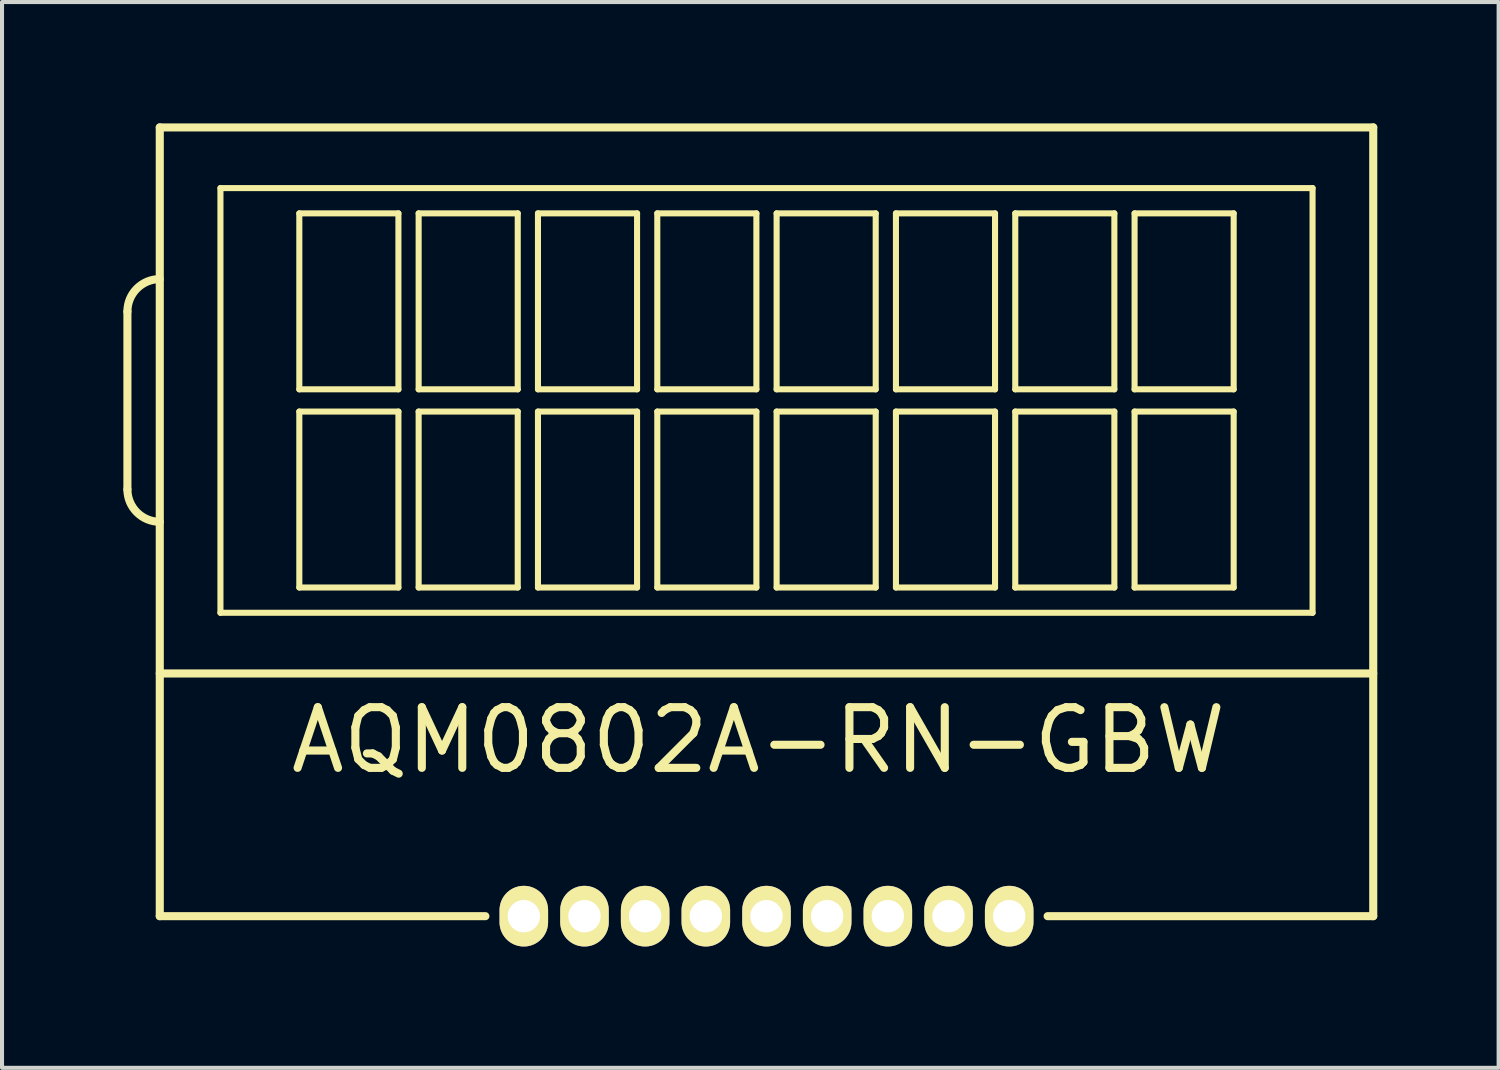
<source format=kicad_pcb>
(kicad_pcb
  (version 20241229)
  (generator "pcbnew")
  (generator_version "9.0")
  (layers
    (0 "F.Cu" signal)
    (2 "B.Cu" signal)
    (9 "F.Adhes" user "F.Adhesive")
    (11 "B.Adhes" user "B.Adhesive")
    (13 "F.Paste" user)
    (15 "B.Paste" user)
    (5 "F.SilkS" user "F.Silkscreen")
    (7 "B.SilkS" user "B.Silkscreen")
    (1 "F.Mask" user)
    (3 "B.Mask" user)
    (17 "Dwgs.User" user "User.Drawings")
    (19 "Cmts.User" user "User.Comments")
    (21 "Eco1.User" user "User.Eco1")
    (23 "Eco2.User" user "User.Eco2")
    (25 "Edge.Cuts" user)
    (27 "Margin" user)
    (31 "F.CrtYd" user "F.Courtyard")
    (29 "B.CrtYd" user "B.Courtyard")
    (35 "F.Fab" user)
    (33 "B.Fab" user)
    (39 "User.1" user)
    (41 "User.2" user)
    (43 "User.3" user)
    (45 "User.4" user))
  (footprint "AQM0802A-RN-GBW"
    (layer "F.Cu")
    (at 0.9 19.6)
    (property "Reference" "AQM0802A-RN-GBW" (at 14.8 -4.35 0) (layer "F.SilkS") (effects (font (size 1.5 1.5) (thickness 0.2))))
    (attr through_hole)
    (fp_line (start -0.8 -10.55) (end -0.8 -14.95) (stroke (width 0.2) (type solid)) (layer "F.SilkS"))
    (fp_line (start 0 -19.5) (end 30 -19.5) (stroke (width 0.2) (type solid)) (layer "F.SilkS"))
    (fp_line (start 0 -6) (end 30 -6) (stroke (width 0.2) (type solid)) (layer "F.SilkS"))
    (fp_line (start 0 0) (end 0 -19.5) (stroke (width 0.2) (type solid)) (layer "F.SilkS"))
    (fp_line (start 0 0) (end 8.05 0) (stroke (width 0.2) (type solid)) (layer "F.SilkS"))
    (fp_line (start 1.5 -18) (end 28.5 -18) (stroke (width 0.15) (type solid)) (layer "F.SilkS"))
    (fp_line (start 1.5 -7.5) (end 1.5 -18) (stroke (width 0.15) (type solid)) (layer "F.SilkS"))
    (fp_line (start 3.45 -17.375) (end 3.45 -13.025) (stroke (width 0.15) (type solid)) (layer "F.SilkS"))
    (fp_line (start 3.45 -17.375) (end 5.9 -17.375) (stroke (width 0.15) (type solid)) (layer "F.SilkS"))
    (fp_line (start 3.45 -13.025) (end 5.9 -13.025) (stroke (width 0.15) (type solid)) (layer "F.SilkS"))
    (fp_line (start 3.45 -12.475) (end 3.45 -8.125) (stroke (width 0.15) (type solid)) (layer "F.SilkS"))
    (fp_line (start 3.45 -12.475) (end 5.9 -12.475) (stroke (width 0.15) (type solid)) (layer "F.SilkS"))
    (fp_line (start 3.45 -8.125) (end 5.9 -8.125) (stroke (width 0.15) (type solid)) (layer "F.SilkS"))
    (fp_line (start 5.9 -17.375) (end 5.9 -13.025) (stroke (width 0.15) (type solid)) (layer "F.SilkS"))
    (fp_line (start 5.9 -12.475) (end 5.9 -8.125) (stroke (width 0.15) (type solid)) (layer "F.SilkS"))
    (fp_line (start 6.4 -17.375) (end 6.4 -13.025) (stroke (width 0.15) (type solid)) (layer "F.SilkS"))
    (fp_line (start 6.4 -17.375) (end 8.85 -17.375) (stroke (width 0.15) (type solid)) (layer "F.SilkS"))
    (fp_line (start 6.4 -13.025) (end 8.85 -13.025) (stroke (width 0.15) (type solid)) (layer "F.SilkS"))
    (fp_line (start 6.4 -12.475) (end 6.4 -8.125) (stroke (width 0.15) (type solid)) (layer "F.SilkS"))
    (fp_line (start 6.4 -12.475) (end 8.85 -12.475) (stroke (width 0.15) (type solid)) (layer "F.SilkS"))
    (fp_line (start 6.4 -8.125) (end 8.85 -8.125) (stroke (width 0.15) (type solid)) (layer "F.SilkS"))
    (fp_line (start 8.85 -17.375) (end 8.85 -13.025) (stroke (width 0.15) (type solid)) (layer "F.SilkS"))
    (fp_line (start 8.85 -12.475) (end 8.85 -8.125) (stroke (width 0.15) (type solid)) (layer "F.SilkS"))
    (fp_line (start 9.35 -17.375) (end 9.35 -13.025) (stroke (width 0.15) (type solid)) (layer "F.SilkS"))
    (fp_line (start 9.35 -17.375) (end 11.8 -17.375) (stroke (width 0.15) (type solid)) (layer "F.SilkS"))
    (fp_line (start 9.35 -13.025) (end 11.8 -13.025) (stroke (width 0.15) (type solid)) (layer "F.SilkS"))
    (fp_line (start 9.35 -12.475) (end 9.35 -8.125) (stroke (width 0.15) (type solid)) (layer "F.SilkS"))
    (fp_line (start 9.35 -12.475) (end 11.8 -12.475) (stroke (width 0.15) (type solid)) (layer "F.SilkS"))
    (fp_line (start 9.35 -8.125) (end 11.8 -8.125) (stroke (width 0.15) (type solid)) (layer "F.SilkS"))
    (fp_line (start 11.8 -17.375) (end 11.8 -13.025) (stroke (width 0.15) (type solid)) (layer "F.SilkS"))
    (fp_line (start 11.8 -12.475) (end 11.8 -8.125) (stroke (width 0.15) (type solid)) (layer "F.SilkS"))
    (fp_line (start 12.3 -17.375) (end 12.3 -13.025) (stroke (width 0.15) (type solid)) (layer "F.SilkS"))
    (fp_line (start 12.3 -17.375) (end 14.75 -17.375) (stroke (width 0.15) (type solid)) (layer "F.SilkS"))
    (fp_line (start 12.3 -13.025) (end 14.75 -13.025) (stroke (width 0.15) (type solid)) (layer "F.SilkS"))
    (fp_line (start 12.3 -12.475) (end 12.3 -8.125) (stroke (width 0.15) (type solid)) (layer "F.SilkS"))
    (fp_line (start 12.3 -12.475) (end 14.75 -12.475) (stroke (width 0.15) (type solid)) (layer "F.SilkS"))
    (fp_line (start 12.3 -8.125) (end 14.75 -8.125) (stroke (width 0.15) (type solid)) (layer "F.SilkS"))
    (fp_line (start 14.75 -17.375) (end 14.75 -13.025) (stroke (width 0.15) (type solid)) (layer "F.SilkS"))
    (fp_line (start 14.75 -12.475) (end 14.75 -8.125) (stroke (width 0.15) (type solid)) (layer "F.SilkS"))
    (fp_line (start 15.25 -17.375) (end 15.25 -13.025) (stroke (width 0.15) (type solid)) (layer "F.SilkS"))
    (fp_line (start 15.25 -17.375) (end 17.7 -17.375) (stroke (width 0.15) (type solid)) (layer "F.SilkS"))
    (fp_line (start 15.25 -13.025) (end 17.7 -13.025) (stroke (width 0.15) (type solid)) (layer "F.SilkS"))
    (fp_line (start 15.25 -12.475) (end 15.25 -8.125) (stroke (width 0.15) (type solid)) (layer "F.SilkS"))
    (fp_line (start 15.25 -12.475) (end 17.7 -12.475) (stroke (width 0.15) (type solid)) (layer "F.SilkS"))
    (fp_line (start 15.25 -8.125) (end 17.7 -8.125) (stroke (width 0.15) (type solid)) (layer "F.SilkS"))
    (fp_line (start 17.7 -17.375) (end 17.7 -13.025) (stroke (width 0.15) (type solid)) (layer "F.SilkS"))
    (fp_line (start 17.7 -12.475) (end 17.7 -8.125) (stroke (width 0.15) (type solid)) (layer "F.SilkS"))
    (fp_line (start 18.2 -17.375) (end 18.2 -13.025) (stroke (width 0.15) (type solid)) (layer "F.SilkS"))
    (fp_line (start 18.2 -17.375) (end 20.65 -17.375) (stroke (width 0.15) (type solid)) (layer "F.SilkS"))
    (fp_line (start 18.2 -13.025) (end 20.65 -13.025) (stroke (width 0.15) (type solid)) (layer "F.SilkS"))
    (fp_line (start 18.2 -12.475) (end 18.2 -8.125) (stroke (width 0.15) (type solid)) (layer "F.SilkS"))
    (fp_line (start 18.2 -12.475) (end 20.65 -12.475) (stroke (width 0.15) (type solid)) (layer "F.SilkS"))
    (fp_line (start 18.2 -8.125) (end 20.65 -8.125) (stroke (width 0.15) (type solid)) (layer "F.SilkS"))
    (fp_line (start 20.65 -17.375) (end 20.65 -13.025) (stroke (width 0.15) (type solid)) (layer "F.SilkS"))
    (fp_line (start 20.65 -12.475) (end 20.65 -8.125) (stroke (width 0.15) (type solid)) (layer "F.SilkS"))
    (fp_line (start 21.15 -17.375) (end 21.15 -13.025) (stroke (width 0.15) (type solid)) (layer "F.SilkS"))
    (fp_line (start 21.15 -17.375) (end 23.6 -17.375) (stroke (width 0.15) (type solid)) (layer "F.SilkS"))
    (fp_line (start 21.15 -13.025) (end 23.6 -13.025) (stroke (width 0.15) (type solid)) (layer "F.SilkS"))
    (fp_line (start 21.15 -12.475) (end 21.15 -8.125) (stroke (width 0.15) (type solid)) (layer "F.SilkS"))
    (fp_line (start 21.15 -12.475) (end 23.6 -12.475) (stroke (width 0.15) (type solid)) (layer "F.SilkS"))
    (fp_line (start 21.15 -8.125) (end 23.6 -8.125) (stroke (width 0.15) (type solid)) (layer "F.SilkS"))
    (fp_line (start 23.6 -17.375) (end 23.6 -13.025) (stroke (width 0.15) (type solid)) (layer "F.SilkS"))
    (fp_line (start 23.6 -12.475) (end 23.6 -8.125) (stroke (width 0.15) (type solid)) (layer "F.SilkS"))
    (fp_line (start 24.1 -17.375) (end 24.1 -13.025) (stroke (width 0.15) (type solid)) (layer "F.SilkS"))
    (fp_line (start 24.1 -17.375) (end 26.55 -17.375) (stroke (width 0.15) (type solid)) (layer "F.SilkS"))
    (fp_line (start 24.1 -13.025) (end 26.55 -13.025) (stroke (width 0.15) (type solid)) (layer "F.SilkS"))
    (fp_line (start 24.1 -12.475) (end 24.1 -8.125) (stroke (width 0.15) (type solid)) (layer "F.SilkS"))
    (fp_line (start 24.1 -12.475) (end 26.55 -12.475) (stroke (width 0.15) (type solid)) (layer "F.SilkS"))
    (fp_line (start 24.1 -8.125) (end 26.55 -8.125) (stroke (width 0.15) (type solid)) (layer "F.SilkS"))
    (fp_line (start 26.55 -17.375) (end 26.55 -13.025) (stroke (width 0.15) (type solid)) (layer "F.SilkS"))
    (fp_line (start 26.55 -12.475) (end 26.55 -8.125) (stroke (width 0.15) (type solid)) (layer "F.SilkS"))
    (fp_line (start 28.5 -18) (end 28.5 -7.5) (stroke (width 0.15) (type solid)) (layer "F.SilkS"))
    (fp_line (start 28.5 -7.5) (end 1.5 -7.5) (stroke (width 0.15) (type solid)) (layer "F.SilkS"))
    (fp_line (start 30 -19.5) (end 30 0) (stroke (width 0.2) (type solid)) (layer "F.SilkS"))
    (fp_line (start 30 0) (end 21.95 0) (stroke (width 0.2) (type solid)) (layer "F.SilkS"))
    (fp_arc (start -0.8 -14.95) (mid -0.566179 -15.515192) (end -0.001396 -15.749999) (stroke (width 0.2) (type solid)) (layer "F.SilkS"))
    (fp_arc (start 0 -9.75) (mid -0.565685 -9.984315) (end -0.8 -10.55) (stroke (width 0.2) (type solid)) (layer "F.SilkS"))
    (pad "1" thru_hole oval (at 9 0) (size 1.2 1.5) (drill 0.8) (layers "*.Cu" "*.Mask" "F.SilkS"))
    (pad "2" thru_hole oval (at 10.5 0) (size 1.2 1.5) (drill 0.8) (layers "*.Cu" "*.Mask" "F.SilkS"))
    (pad "3" thru_hole oval (at 12 0) (size 1.2 1.5) (drill 0.8) (layers "*.Cu" "*.Mask" "F.SilkS"))
    (pad "4" thru_hole oval (at 13.5 0) (size 1.2 1.5) (drill 0.8) (layers "*.Cu" "*.Mask" "F.SilkS"))
    (pad "5" thru_hole oval (at 15 0) (size 1.2 1.5) (drill 0.8) (layers "*.Cu" "*.Mask" "F.SilkS"))
    (pad "6" thru_hole oval (at 16.5 0) (size 1.2 1.5) (drill 0.8) (layers "*.Cu" "*.Mask" "F.SilkS"))
    (pad "7" thru_hole oval (at 18 0) (size 1.2 1.5) (drill 0.8) (layers "*.Cu" "*.Mask" "F.SilkS"))
    (pad "8" thru_hole oval (at 19.5 0) (size 1.2 1.5) (drill 0.8) (layers "*.Cu" "*.Mask" "F.SilkS"))
    (pad "9" thru_hole oval (at 21 0) (size 1.2 1.5) (drill 0.8) (layers "*.Cu" "*.Mask" "F.SilkS")))
  (gr_rect
    (start -3 -3)
    (end 34 23.35)
    (stroke (width 0.1) (type default))
    (fill no)
    (layer "Edge.Cuts")))
</source>
